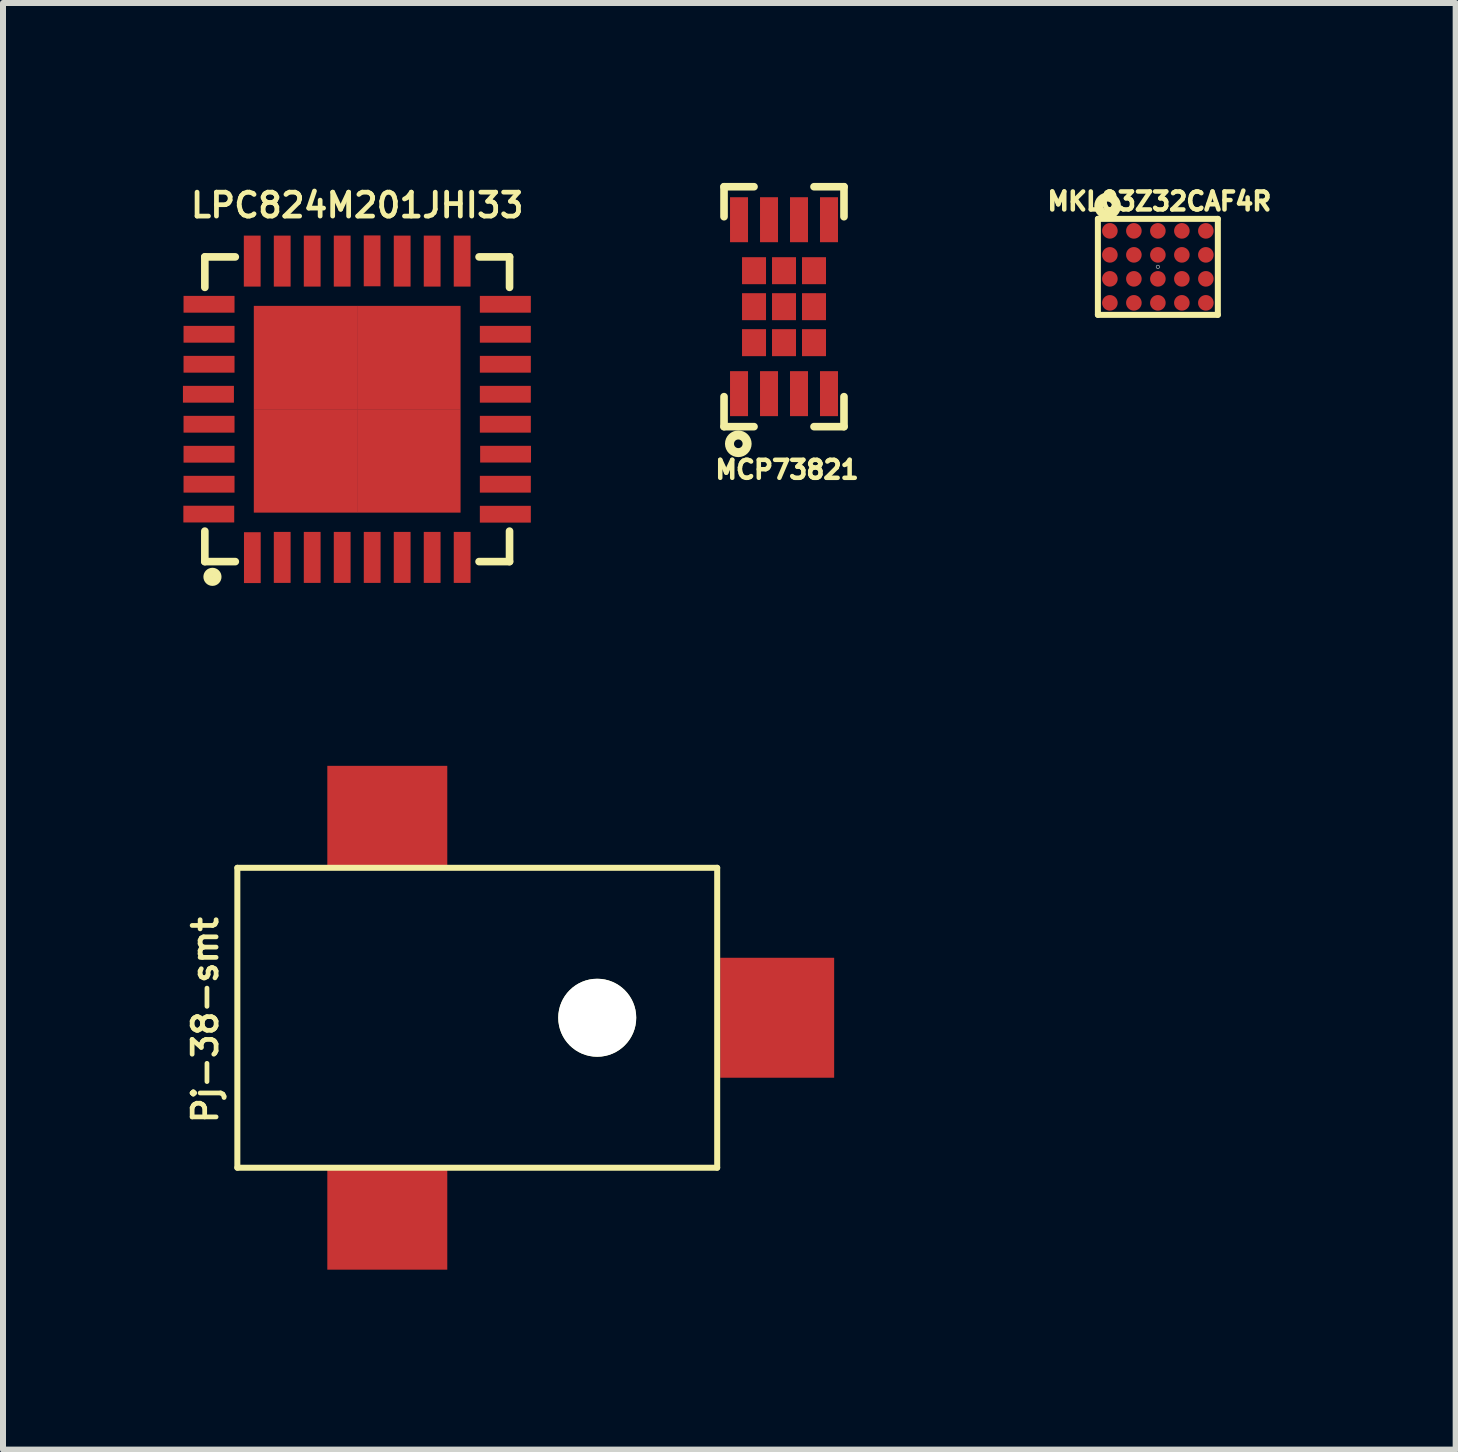
<source format=kicad_pcb>
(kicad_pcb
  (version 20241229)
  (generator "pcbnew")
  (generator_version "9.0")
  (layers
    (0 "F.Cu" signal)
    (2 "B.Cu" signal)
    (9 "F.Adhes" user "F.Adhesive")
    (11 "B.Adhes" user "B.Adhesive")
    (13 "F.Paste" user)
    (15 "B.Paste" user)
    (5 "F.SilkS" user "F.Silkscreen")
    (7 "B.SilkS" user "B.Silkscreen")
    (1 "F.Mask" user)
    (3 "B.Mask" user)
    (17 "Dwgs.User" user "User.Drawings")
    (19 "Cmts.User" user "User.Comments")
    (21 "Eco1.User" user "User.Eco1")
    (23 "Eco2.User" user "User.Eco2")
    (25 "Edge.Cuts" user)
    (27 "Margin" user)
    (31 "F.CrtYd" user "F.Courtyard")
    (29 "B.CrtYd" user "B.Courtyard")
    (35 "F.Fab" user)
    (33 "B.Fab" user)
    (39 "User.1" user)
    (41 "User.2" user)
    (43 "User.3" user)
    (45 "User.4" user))
  (footprint "LPC824M201JHI33"
    (layer "F.Cu")
    (at 2.905 3.773)
    (property "Reference" "LPC824M201JHI33" (at 0 -3.401 0) (layer "F.SilkS") (effects (font (size 0.399 0.399) (thickness 0.079))))
    (attr through_hole)
    (fp_line (start -2.54 -2.54) (end -2.032 -2.54) (stroke (width 0.127) (type solid)) (layer "F.SilkS"))
    (fp_line (start -2.54 -2.032) (end -2.54 -2.54) (stroke (width 0.127) (type solid)) (layer "F.SilkS"))
    (fp_line (start -2.54 2.54) (end -2.54 2.032) (stroke (width 0.127) (type solid)) (layer "F.SilkS"))
    (fp_line (start -2.032 2.54) (end -2.54 2.54) (stroke (width 0.127) (type solid)) (layer "F.SilkS"))
    (fp_line (start 2.032 -2.54) (end 2.54 -2.54) (stroke (width 0.127) (type solid)) (layer "F.SilkS"))
    (fp_line (start 2.54 -2.54) (end 2.54 -2.032) (stroke (width 0.127) (type solid)) (layer "F.SilkS"))
    (fp_line (start 2.54 2.032) (end 2.54 2.54) (stroke (width 0.127) (type solid)) (layer "F.SilkS"))
    (fp_line (start 2.54 2.54) (end 2.032 2.54) (stroke (width 0.127) (type solid)) (layer "F.SilkS"))
    (fp_circle (center -2.413 2.794) (end -2.413 2.87) (stroke (width 0.15) (type solid)) (fill no) (layer "F.SilkS"))
    (pad "1" smd rect (at -1.748 2.474) (size 0.279 0.848) (layers "F.Cu" "F.Mask" "F.Paste"))
    (pad "2" smd rect (at -1.25 2.47) (size 0.28 0.85) (layers "F.Cu" "F.Mask" "F.Paste"))
    (pad "3" smd rect (at -0.75 2.47) (size 0.28 0.85) (layers "F.Cu" "F.Mask" "F.Paste"))
    (pad "4" smd rect (at -0.25 2.47) (size 0.28 0.85) (layers "F.Cu" "F.Mask" "F.Paste"))
    (pad "5" smd rect (at 0.25 2.47) (size 0.28 0.85) (layers "F.Cu" "F.Mask" "F.Paste"))
    (pad "6" smd rect (at 0.75 2.47) (size 0.28 0.85) (layers "F.Cu" "F.Mask" "F.Paste"))
    (pad "7" smd rect (at 1.25 2.47) (size 0.28 0.85) (layers "F.Cu" "F.Mask" "F.Paste"))
    (pad "8" smd rect (at 1.75 2.47) (size 0.28 0.85) (layers "F.Cu" "F.Mask" "F.Paste"))
    (pad "9" smd rect (at 2.47 1.75) (size 0.85 0.28) (layers "F.Cu" "F.Mask" "F.Paste"))
    (pad "10" smd rect (at 2.47 1.25) (size 0.85 0.28) (layers "F.Cu" "F.Mask" "F.Paste"))
    (pad "11" smd rect (at 2.474 0.749) (size 0.848 0.279) (layers "F.Cu" "F.Mask" "F.Paste"))
    (pad "12" smd rect (at 2.47 0.25) (size 0.85 0.28) (layers "F.Cu" "F.Mask" "F.Paste"))
    (pad "13" smd rect (at 2.47 -0.25) (size 0.85 0.28) (layers "F.Cu" "F.Mask" "F.Paste"))
    (pad "14" smd rect (at 2.47 -0.75) (size 0.85 0.28) (layers "F.Cu" "F.Mask" "F.Paste"))
    (pad "15" smd rect (at 2.47 -1.25) (size 0.85 0.28) (layers "F.Cu" "F.Mask" "F.Paste"))
    (pad "16" smd rect (at 2.47 -1.75) (size 0.85 0.28) (layers "F.Cu" "F.Mask" "F.Paste"))
    (pad "17" smd rect (at 1.75 -2.47) (size 0.28 0.85) (layers "F.Cu" "F.Mask" "F.Paste"))
    (pad "18" smd rect (at 1.25 -2.47) (size 0.28 0.85) (layers "F.Cu" "F.Mask" "F.Paste"))
    (pad "19" smd rect (at 0.75 -2.47) (size 0.28 0.85) (layers "F.Cu" "F.Mask" "F.Paste"))
    (pad "20" smd rect (at 0.249 -2.474) (size 0.279 0.848) (layers "F.Cu" "F.Mask" "F.Paste"))
    (pad "21" smd rect (at -0.25 -2.47) (size 0.28 0.85) (layers "F.Cu" "F.Mask" "F.Paste"))
    (pad "22" smd rect (at -0.75 -2.47) (size 0.28 0.85) (layers "F.Cu" "F.Mask" "F.Paste"))
    (pad "23" smd rect (at -1.25 -2.47) (size 0.28 0.85) (layers "F.Cu" "F.Mask" "F.Paste"))
    (pad "24" smd rect (at -1.75 -2.47) (size 0.28 0.85) (layers "F.Cu" "F.Mask" "F.Paste"))
    (pad "25" smd rect (at -2.47 -1.75) (size 0.85 0.28) (layers "F.Cu" "F.Mask" "F.Paste"))
    (pad "26" smd rect (at -2.47 -1.25) (size 0.85 0.28) (layers "F.Cu" "F.Mask" "F.Paste"))
    (pad "27" smd rect (at -2.47 -0.75) (size 0.85 0.28) (layers "F.Cu" "F.Mask" "F.Paste"))
    (pad "28" smd rect (at -2.48 -0.25) (size 0.85 0.28) (layers "F.Cu" "F.Mask" "F.Paste"))
    (pad "29" smd rect (at -2.47 0.25) (size 0.85 0.28) (layers "F.Cu" "F.Mask" "F.Paste"))
    (pad "30" smd rect (at -2.47 0.75) (size 0.85 0.28) (layers "F.Cu" "F.Mask" "F.Paste"))
    (pad "31" smd rect (at -2.47 1.25) (size 0.85 0.28) (layers "F.Cu" "F.Mask" "F.Paste"))
    (pad "32" smd rect (at -2.474 1.748) (size 0.848 0.279) (layers "F.Cu" "F.Mask" "F.Paste"))
    (pad "33" smd rect (at -0.861 -0.861) (size 1.725 1.725) (layers "F.Cu" "F.Mask" "F.Paste"))
    (pad "33" smd rect (at -0.861 0.861) (size 1.725 1.725) (layers "F.Cu" "F.Mask" "F.Paste"))
    (pad "33" smd rect (at 0.861 -0.861) (size 1.725 1.725) (layers "F.Cu" "F.Mask" "F.Paste"))
    (pad "33" smd rect (at 0.861 0.861) (size 1.725 1.725) (layers "F.Cu" "F.Mask" "F.Paste")))
  (footprint "Pj-38-smt"
    (layer "F.Cu")
    (at 3.407 13.918)
    (property "Reference" "Pj-38-smt" (at -3.035 0.038 270) (layer "F.SilkS") (effects (font (size 0.399 0.399) (thickness 0.079))))
    (attr through_hole)
    (fp_line (start -2.5 -2.5) (end -2.5 2.5) (stroke (width 0.1) (type solid)) (layer "F.SilkS"))
    (fp_line (start -2.5 -2.5) (end 5.5 -2.5) (stroke (width 0.1) (type solid)) (layer "F.SilkS"))
    (fp_line (start -2.5 2.5) (end 5.5 2.5) (stroke (width 0.1) (type solid)) (layer "F.SilkS"))
    (fp_line (start 5.5 -2.5) (end 5.5 2.5) (stroke (width 0.1) (type solid)) (layer "F.SilkS"))
    (pad "" np_thru_hole circle (at 3.5 0) (size 1.3 1.3) (drill 1.3) (layers "*.Cu" "*.Mask" "F.SilkS"))
    (pad "1" smd rect (at 6.5 0) (size 1.9 2) (layers "F.Cu" "F.Mask" "F.Paste"))
    (pad "2" smd rect (at 0 -3.35) (size 2 1.7) (layers "F.Cu" "F.Mask" "F.Paste"))
    (pad "3" smd rect (at 0 3.35) (size 2 1.7) (layers "F.Cu" "F.Mask" "F.Paste")))
  (footprint "MCP73821"
    (layer "F.Cu")
    (at 10.021 2.063)
    (property "Reference" "MCP73821" (at 0.051 2.718 180) (layer "F.SilkS") (effects (font (size 0.3 0.3) (thickness 0.075))))
    (attr through_hole)
    (fp_line (start -1 -2) (end -0.5 -2) (stroke (width 0.127) (type solid)) (layer "F.SilkS"))
    (fp_line (start -1 -1.5) (end -1 -2) (stroke (width 0.127) (type solid)) (layer "F.SilkS"))
    (fp_line (start -1 2) (end -1 1.5) (stroke (width 0.127) (type solid)) (layer "F.SilkS"))
    (fp_line (start -1 2) (end -0.5 2) (stroke (width 0.127) (type solid)) (layer "F.SilkS"))
    (fp_line (start 0.5 -2) (end 1 -2) (stroke (width 0.127) (type solid)) (layer "F.SilkS"))
    (fp_line (start 1 -2) (end 1 -1.5) (stroke (width 0.127) (type solid)) (layer "F.SilkS"))
    (fp_line (start 1 1.5) (end 1 2) (stroke (width 0.127) (type solid)) (layer "F.SilkS"))
    (fp_line (start 1 2) (end 0.5 2) (stroke (width 0.127) (type solid)) (layer "F.SilkS"))
    (fp_circle (center -0.762 2.286) (end -0.711 2.337) (stroke (width 0.15) (type solid)) (fill no) (layer "F.SilkS"))
    (pad "1" smd rect (at -0.75 1.45) (size 0.3 0.75) (layers "F.Cu" "F.Mask" "F.Paste"))
    (pad "2" smd rect (at -0.25 1.45) (size 0.3 0.75) (layers "F.Cu" "F.Mask" "F.Paste"))
    (pad "3" smd rect (at 0.25 1.45) (size 0.3 0.75) (layers "F.Cu" "F.Mask" "F.Paste"))
    (pad "4" smd rect (at 0.75 1.45) (size 0.3 0.75) (layers "F.Cu" "F.Mask" "F.Paste"))
    (pad "5" smd rect (at 0.75 -1.45) (size 0.3 0.75) (layers "F.Cu" "F.Mask" "F.Paste"))
    (pad "6" smd rect (at 0.25 -1.45) (size 0.3 0.75) (layers "F.Cu" "F.Mask" "F.Paste"))
    (pad "7" smd rect (at -0.25 -1.45) (size 0.3 0.75) (layers "F.Cu" "F.Mask" "F.Paste"))
    (pad "8" smd rect (at -0.75 -1.45) (size 0.3 0.75) (layers "F.Cu" "F.Mask" "F.Paste"))
    (pad "9" smd rect (at -0.5 -0.6) (size 0.4 0.45) (layers "F.Cu" "F.Mask" "F.Paste"))
    (pad "9" smd rect (at -0.5 0) (size 0.4 0.45) (layers "F.Cu" "F.Mask" "F.Paste"))
    (pad "9" smd rect (at -0.5 0.6) (size 0.4 0.45) (layers "F.Cu" "F.Mask" "F.Paste"))
    (pad "9" smd rect (at 0 -0.6) (size 0.4 0.45) (layers "F.Cu" "F.Mask" "F.Paste"))
    (pad "9" smd rect (at 0 0) (size 0.4 0.45) (layers "F.Cu" "F.Mask" "F.Paste"))
    (pad "9" smd rect (at 0 0.6) (size 0.4 0.45) (layers "F.Cu" "F.Mask" "F.Paste"))
    (pad "9" smd rect (at 0.5 -0.6) (size 0.4 0.45) (layers "F.Cu" "F.Mask" "F.Paste"))
    (pad "9" smd rect (at 0.5 0) (size 0.4 0.45) (layers "F.Cu" "F.Mask" "F.Paste"))
    (pad "9" smd rect (at 0.5 0.6) (size 0.4 0.45) (layers "F.Cu" "F.Mask" "F.Paste")))
  (footprint "MKL03Z32CAF4R"
    (layer "F.Cu")
    (at 16.254 1.399)
    (property "Reference" "MKL03Z32CAF4R" (at 0.025 -1.092 0) (layer "F.SilkS") (effects (font (size 0.3 0.3) (thickness 0.075))))
    (attr through_hole)
    (fp_line (start -1 -0.8) (end 1 -0.8) (stroke (width 0.1) (type solid)) (layer "F.SilkS"))
    (fp_line (start -1 0.8) (end -1 -0.8) (stroke (width 0.1) (type solid)) (layer "F.SilkS"))
    (fp_line (start -1 0.8) (end 1 0.8) (stroke (width 0.1) (type solid)) (layer "F.SilkS"))
    (fp_line (start 1 0.8) (end 1 -0.8) (stroke (width 0.1) (type solid)) (layer "F.SilkS"))
    (fp_circle (center -0.838 -1.016) (end -0.787 -0.965) (stroke (width 0.15) (type solid)) (fill no) (layer "F.SilkS"))
    (fp_circle (center 0 0) (end 0.02 0.02) (stroke (width 0.01) (type solid)) (fill no) (layer "Dwgs.User"))
    (pad "A1" smd circle (at -0.8 -0.6) (size 0.26 0.26) (layers "F.Cu" "F.Mask" "F.Paste"))
    (pad "A2" smd circle (at -0.4 -0.6) (size 0.26 0.26) (layers "F.Cu" "F.Mask" "F.Paste"))
    (pad "A3" smd circle (at 0 -0.6) (size 0.26 0.26) (layers "F.Cu" "F.Mask" "F.Paste"))
    (pad "A4" smd circle (at 0.4 -0.6) (size 0.26 0.26) (layers "F.Cu" "F.Mask" "F.Paste"))
    (pad "A5" smd circle (at 0.8 -0.6) (size 0.26 0.26) (layers "F.Cu" "F.Mask" "F.Paste"))
    (pad "B1" smd circle (at -0.8 -0.2) (size 0.26 0.26) (layers "F.Cu" "F.Mask" "F.Paste"))
    (pad "B2" smd circle (at -0.4 -0.2) (size 0.26 0.26) (layers "F.Cu" "F.Mask" "F.Paste"))
    (pad "B3" smd circle (at 0 -0.2) (size 0.26 0.26) (layers "F.Cu" "F.Mask" "F.Paste"))
    (pad "B4" smd circle (at 0.4 -0.2) (size 0.26 0.26) (layers "F.Cu" "F.Mask" "F.Paste"))
    (pad "B5" smd circle (at 0.8 -0.2) (size 0.26 0.26) (layers "F.Cu" "F.Mask" "F.Paste"))
    (pad "C1" smd circle (at -0.8 0.2) (size 0.26 0.26) (layers "F.Cu" "F.Mask" "F.Paste"))
    (pad "C2" smd circle (at -0.4 0.2) (size 0.26 0.26) (layers "F.Cu" "F.Mask" "F.Paste"))
    (pad "C3" smd circle (at 0 0.2) (size 0.26 0.26) (layers "F.Cu" "F.Mask" "F.Paste"))
    (pad "C4" smd circle (at 0.4 0.2) (size 0.26 0.26) (layers "F.Cu" "F.Mask" "F.Paste"))
    (pad "C5" smd circle (at 0.8 0.2) (size 0.26 0.26) (layers "F.Cu" "F.Mask" "F.Paste"))
    (pad "D1" smd circle (at -0.8 0.6) (size 0.26 0.26) (layers "F.Cu" "F.Mask" "F.Paste"))
    (pad "D2" smd circle (at -0.4 0.6) (size 0.26 0.26) (layers "F.Cu" "F.Mask" "F.Paste"))
    (pad "D3" smd circle (at 0 0.6) (size 0.26 0.26) (layers "F.Cu" "F.Mask" "F.Paste"))
    (pad "D4" smd circle (at 0.4 0.6) (size 0.26 0.26) (layers "F.Cu" "F.Mask" "F.Paste"))
    (pad "D5" smd circle (at 0.8 0.6) (size 0.26 0.26) (layers "F.Cu" "F.Mask" "F.Paste")))
  (gr_rect
    (start -3 -3)
    (end 21.219 21.118)
    (stroke (width 0.1) (type default))
    (fill no)
    (layer "Edge.Cuts")))
</source>
